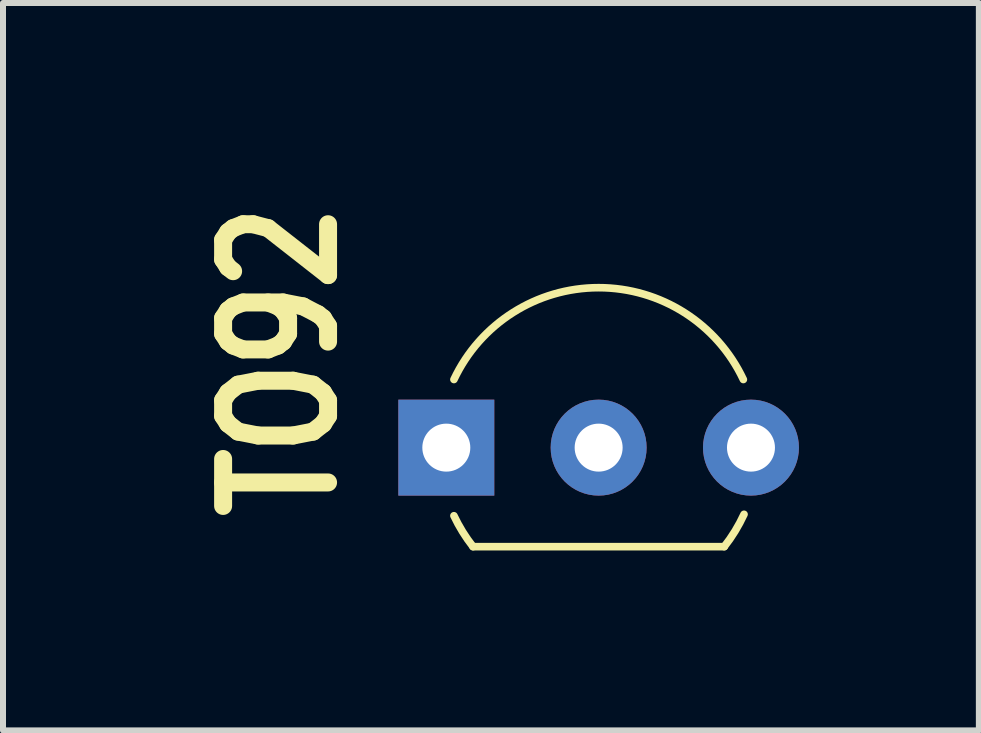
<source format=kicad_pcb>
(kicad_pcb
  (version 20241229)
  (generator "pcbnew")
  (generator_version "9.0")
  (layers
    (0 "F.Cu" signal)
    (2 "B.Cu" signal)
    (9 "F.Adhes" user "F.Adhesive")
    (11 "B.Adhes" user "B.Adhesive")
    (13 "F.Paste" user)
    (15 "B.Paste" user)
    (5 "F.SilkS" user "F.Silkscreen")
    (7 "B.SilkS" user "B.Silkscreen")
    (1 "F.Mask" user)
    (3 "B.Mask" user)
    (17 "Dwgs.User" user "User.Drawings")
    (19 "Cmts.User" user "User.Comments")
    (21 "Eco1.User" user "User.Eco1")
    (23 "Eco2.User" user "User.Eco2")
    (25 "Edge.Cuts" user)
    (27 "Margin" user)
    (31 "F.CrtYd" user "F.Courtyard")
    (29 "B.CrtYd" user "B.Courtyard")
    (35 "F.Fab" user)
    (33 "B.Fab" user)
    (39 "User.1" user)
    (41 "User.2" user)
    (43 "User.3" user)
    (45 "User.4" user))
  (footprint "TO92"
    (layer "F.Cu")
    (at 6.932 4.414)
    (property "Reference" "TO92" (at -4.282 1.3 90) (layer "F.SilkS") (effects (font (size 1.75 1.37) (thickness 0.3)) (justify left bottom)))
    (attr through_hole)
    (fp_line (start -2.095 1.651) (end 2.095 1.651) (stroke (width 0.127) (type solid)) (layer "F.SilkS"))
    (fp_arc (start -2.413 -1.1359) (mid -0.000001 -2.666986) (end 2.412999 -1.135901) (stroke (width 0.127) (type solid)) (layer "F.SilkS"))
    (fp_arc (start -2.0945 1.651) (mid -2.268418 1.40252) (end -2.413 1.1359) (stroke (width 0.127) (type solid)) (layer "F.SilkS"))
    (fp_arc (start 2.4242 1.1118) (mid 2.275378 1.391201) (end 2.0945 1.651) (stroke (width 0.127) (type solid)) (layer "F.SilkS"))
    (pad "1" thru_hole rect (at -2.54 0 90) (size 1.6 1.6) (drill 0.8) (layers "*.Cu" "*.Mask"))
    (pad "2" thru_hole circle (at 0 0 90) (size 1.6 1.6) (drill 0.8) (layers "*.Cu" "*.Mask"))
    (pad "3" thru_hole circle (at 2.54 0 90) (size 1.6 1.6) (drill 0.8) (layers "*.Cu" "*.Mask")))
  (gr_rect
    (start -3 -3)
    (end 13.272 9.129)
    (stroke (width 0.1) (type default))
    (fill no)
    (layer "Edge.Cuts")))
</source>
